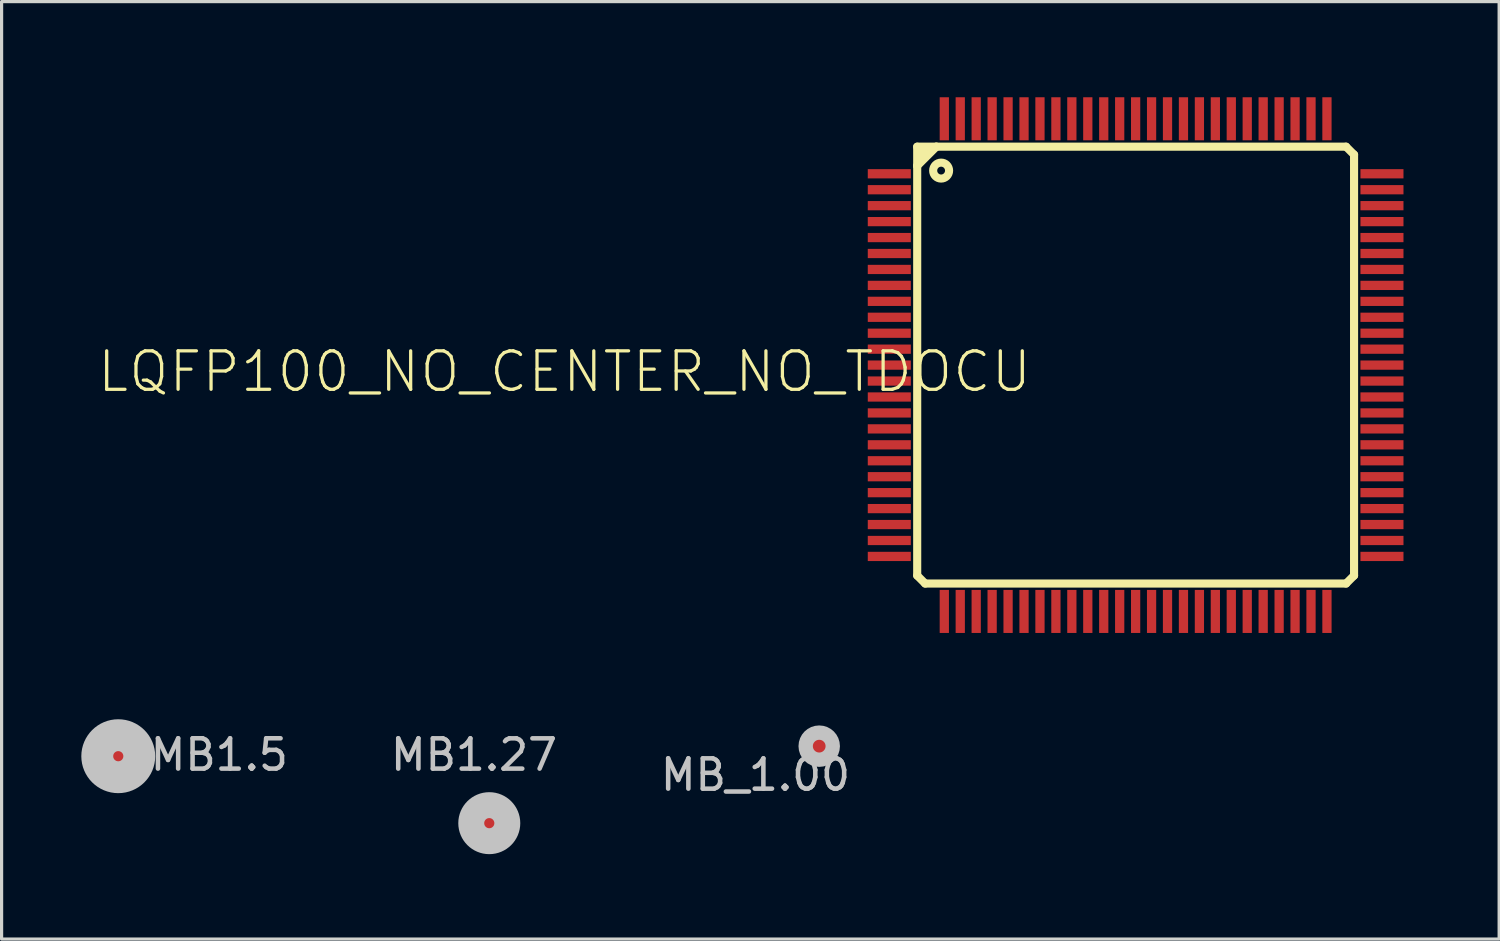
<source format=kicad_pcb>
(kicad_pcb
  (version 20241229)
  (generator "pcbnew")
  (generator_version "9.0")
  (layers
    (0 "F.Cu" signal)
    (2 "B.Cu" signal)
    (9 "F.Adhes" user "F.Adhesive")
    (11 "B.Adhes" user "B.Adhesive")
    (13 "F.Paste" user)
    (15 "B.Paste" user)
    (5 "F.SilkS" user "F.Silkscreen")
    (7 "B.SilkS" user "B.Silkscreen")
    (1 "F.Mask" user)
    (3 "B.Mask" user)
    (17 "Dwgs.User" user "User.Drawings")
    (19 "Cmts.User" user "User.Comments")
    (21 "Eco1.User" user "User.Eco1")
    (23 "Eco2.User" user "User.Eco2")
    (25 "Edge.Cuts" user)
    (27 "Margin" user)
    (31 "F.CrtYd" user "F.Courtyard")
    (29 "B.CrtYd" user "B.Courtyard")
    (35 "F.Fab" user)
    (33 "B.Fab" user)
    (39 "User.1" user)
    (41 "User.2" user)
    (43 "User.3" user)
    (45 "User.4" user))
  (footprint "MB1.5"
    (layer "F.Cu")
    (at 0.659 20.665)
    (property "Reference" "MB1.5" (at 0.925 0.512 0) (layer "Dwgs.User") (effects (font (size 0.95 0.95) (thickness 0.142)) (justify left bottom)))
    (attr through_hole)
    (fp_circle (center 0 0) (end 0.159 0) (stroke (width 1) (type solid)) (fill no) (layer "Dwgs.User"))
    (pad "1" smd roundrect (at 0 0) (size 1.25 1.25) (layers "F.Cu" "F.Mask") (roundrect_rratio 0.5)))
  (footprint "MB1.27"
    (layer "F.Cu")
    (at 12.294 22.765)
    (property "Reference" "MB1.27" (at -3.175 -1.587 0) (layer "Dwgs.User") (effects (font (size 0.95 0.95) (thickness 0.142)) (justify left bottom)))
    (attr through_hole)
    (fp_circle (center 0 0) (end 0.159 0) (stroke (width 0.813) (type solid)) (fill no) (layer "Dwgs.User"))
    (pad "1" smd roundrect (at 0 0) (size 1.27 1.27) (layers "F.Cu" "F.Mask") (roundrect_rratio 0.5)))
  (footprint "MB_1.00"
    (layer "F.Cu")
    (at 22.641 20.35)
    (property "Reference" "MB_1.00" (at -2 0.9 0) (layer "Dwgs.User") (effects (font (size 0.95 0.95) (thickness 0.142))))
    (attr through_hole)
    (fp_circle (center 0 0) (end 0.25 0) (stroke (width 0.6) (type solid)) (fill no) (layer "F.Mask"))
    (fp_circle (center 0 0) (end 0.2 0) (stroke (width 0.45) (type solid)) (fill no) (layer "Dwgs.User"))
    (pad "1" smd roundrect (at 0 0) (size 1 1) (layers "F.Cu" "F.Mask") (roundrect_rratio 0.5)))
  (footprint "LQFP100_NO_CENTER_NO_TDOCU"
    (layer "F.Cu")
    (at 32.564 8.4)
    (property "Reference" "LQFP100_NO_CENTER_NO_TDOCU" (at -3.2 -0.5 0) (layer "F.SilkS") (effects (font (size 1.206 1.206) (thickness 0.102)) (justify right top)))
    (attr through_hole)
    (fp_line (start -6.85 -6.85) (end -6.25 -6.85) (stroke (width 0.254) (type solid)) (layer "F.SilkS"))
    (fp_line (start -6.85 -6.25) (end -6.85 -6.85) (stroke (width 0.254) (type solid)) (layer "F.SilkS"))
    (fp_line (start -6.85 -6.25) (end -6.25 -6.85) (stroke (width 0.254) (type solid)) (layer "F.SilkS"))
    (fp_line (start -6.85 6.6) (end -6.85 -6.25) (stroke (width 0.254) (type solid)) (layer "F.SilkS"))
    (fp_line (start -6.65 -6.8) (end -6.65 -6.5) (stroke (width 0.254) (type solid)) (layer "F.SilkS"))
    (fp_line (start -6.6 6.85) (end -6.85 6.6) (stroke (width 0.254) (type solid)) (layer "F.SilkS"))
    (fp_line (start -6.25 -6.85) (end 6.6 -6.85) (stroke (width 0.254) (type solid)) (layer "F.SilkS"))
    (fp_line (start 6.6 -6.85) (end 6.85 -6.6) (stroke (width 0.254) (type solid)) (layer "F.SilkS"))
    (fp_line (start 6.6 6.85) (end -6.6 6.85) (stroke (width 0.254) (type solid)) (layer "F.SilkS"))
    (fp_line (start 6.85 -6.6) (end 6.85 6.6) (stroke (width 0.254) (type solid)) (layer "F.SilkS"))
    (fp_line (start 6.85 6.6) (end 6.6 6.85) (stroke (width 0.254) (type solid)) (layer "F.SilkS"))
    (fp_circle (center -6.1 -6.1) (end -5.85 -6.1) (stroke (width 0.254) (type solid)) (fill no) (layer "F.SilkS"))
    (pad "1" smd rect (at -7.725 -6) (size 1.35 0.29) (layers "F.Cu" "F.Mask" "F.Paste"))
    (pad "2" smd rect (at -7.725 -5.5) (size 1.35 0.29) (layers "F.Cu" "F.Mask" "F.Paste"))
    (pad "3" smd rect (at -7.725 -5) (size 1.35 0.29) (layers "F.Cu" "F.Mask" "F.Paste"))
    (pad "4" smd rect (at -7.725 -4.5) (size 1.35 0.29) (layers "F.Cu" "F.Mask" "F.Paste"))
    (pad "5" smd rect (at -7.725 -4) (size 1.35 0.29) (layers "F.Cu" "F.Mask" "F.Paste"))
    (pad "6" smd rect (at -7.725 -3.5) (size 1.35 0.29) (layers "F.Cu" "F.Mask" "F.Paste"))
    (pad "7" smd rect (at -7.725 -3) (size 1.35 0.29) (layers "F.Cu" "F.Mask" "F.Paste"))
    (pad "8" smd rect (at -7.725 -2.5) (size 1.35 0.29) (layers "F.Cu" "F.Mask" "F.Paste"))
    (pad "9" smd rect (at -7.725 -2) (size 1.35 0.29) (layers "F.Cu" "F.Mask" "F.Paste"))
    (pad "10" smd rect (at -7.725 -1.5) (size 1.35 0.29) (layers "F.Cu" "F.Mask" "F.Paste"))
    (pad "11" smd rect (at -7.725 -1) (size 1.35 0.29) (layers "F.Cu" "F.Mask" "F.Paste"))
    (pad "12" smd rect (at -7.725 -0.5) (size 1.35 0.29) (layers "F.Cu" "F.Mask" "F.Paste"))
    (pad "13" smd rect (at -7.725 0) (size 1.35 0.29) (layers "F.Cu" "F.Mask" "F.Paste"))
    (pad "14" smd rect (at -7.725 0.5) (size 1.35 0.29) (layers "F.Cu" "F.Mask" "F.Paste"))
    (pad "15" smd rect (at -7.725 1) (size 1.35 0.29) (layers "F.Cu" "F.Mask" "F.Paste"))
    (pad "16" smd rect (at -7.725 1.5) (size 1.35 0.29) (layers "F.Cu" "F.Mask" "F.Paste"))
    (pad "17" smd rect (at -7.725 2) (size 1.35 0.29) (layers "F.Cu" "F.Mask" "F.Paste"))
    (pad "18" smd rect (at -7.725 2.5) (size 1.35 0.29) (layers "F.Cu" "F.Mask" "F.Paste"))
    (pad "19" smd rect (at -7.725 3) (size 1.35 0.29) (layers "F.Cu" "F.Mask" "F.Paste"))
    (pad "20" smd rect (at -7.725 3.5) (size 1.35 0.29) (layers "F.Cu" "F.Mask" "F.Paste"))
    (pad "21" smd rect (at -7.725 4) (size 1.35 0.29) (layers "F.Cu" "F.Mask" "F.Paste"))
    (pad "22" smd rect (at -7.725 4.5) (size 1.35 0.29) (layers "F.Cu" "F.Mask" "F.Paste"))
    (pad "23" smd rect (at -7.725 5) (size 1.35 0.29) (layers "F.Cu" "F.Mask" "F.Paste"))
    (pad "24" smd rect (at -7.725 5.5) (size 1.35 0.29) (layers "F.Cu" "F.Mask" "F.Paste"))
    (pad "25" smd rect (at -7.725 6) (size 1.35 0.29) (layers "F.Cu" "F.Mask" "F.Paste"))
    (pad "26" smd rect (at -6 7.725 90) (size 1.35 0.29) (layers "F.Cu" "F.Mask" "F.Paste"))
    (pad "27" smd rect (at -5.5 7.725 90) (size 1.35 0.29) (layers "F.Cu" "F.Mask" "F.Paste"))
    (pad "28" smd rect (at -5 7.725 90) (size 1.35 0.29) (layers "F.Cu" "F.Mask" "F.Paste"))
    (pad "29" smd rect (at -4.5 7.725 90) (size 1.35 0.29) (layers "F.Cu" "F.Mask" "F.Paste"))
    (pad "30" smd rect (at -4 7.725 90) (size 1.35 0.29) (layers "F.Cu" "F.Mask" "F.Paste"))
    (pad "31" smd rect (at -3.5 7.725 90) (size 1.35 0.29) (layers "F.Cu" "F.Mask" "F.Paste"))
    (pad "32" smd rect (at -3 7.725 90) (size 1.35 0.29) (layers "F.Cu" "F.Mask" "F.Paste"))
    (pad "33" smd rect (at -2.5 7.725 90) (size 1.35 0.29) (layers "F.Cu" "F.Mask" "F.Paste"))
    (pad "34" smd rect (at -2 7.725 90) (size 1.35 0.29) (layers "F.Cu" "F.Mask" "F.Paste"))
    (pad "35" smd rect (at -1.5 7.725 90) (size 1.35 0.29) (layers "F.Cu" "F.Mask" "F.Paste"))
    (pad "36" smd rect (at -1 7.725 90) (size 1.35 0.29) (layers "F.Cu" "F.Mask" "F.Paste"))
    (pad "37" smd rect (at -0.5 7.725 90) (size 1.35 0.29) (layers "F.Cu" "F.Mask" "F.Paste"))
    (pad "38" smd rect (at 0 7.725 90) (size 1.35 0.29) (layers "F.Cu" "F.Mask" "F.Paste"))
    (pad "39" smd rect (at 0.5 7.725 90) (size 1.35 0.29) (layers "F.Cu" "F.Mask" "F.Paste"))
    (pad "40" smd rect (at 1 7.725 90) (size 1.35 0.29) (layers "F.Cu" "F.Mask" "F.Paste"))
    (pad "41" smd rect (at 1.5 7.725 90) (size 1.35 0.29) (layers "F.Cu" "F.Mask" "F.Paste"))
    (pad "42" smd rect (at 2 7.725 90) (size 1.35 0.29) (layers "F.Cu" "F.Mask" "F.Paste"))
    (pad "43" smd rect (at 2.5 7.725 90) (size 1.35 0.29) (layers "F.Cu" "F.Mask" "F.Paste"))
    (pad "44" smd rect (at 3 7.725 90) (size 1.35 0.29) (layers "F.Cu" "F.Mask" "F.Paste"))
    (pad "45" smd rect (at 3.5 7.725 90) (size 1.35 0.29) (layers "F.Cu" "F.Mask" "F.Paste"))
    (pad "46" smd rect (at 4 7.725 90) (size 1.35 0.29) (layers "F.Cu" "F.Mask" "F.Paste"))
    (pad "47" smd rect (at 4.5 7.725 90) (size 1.35 0.29) (layers "F.Cu" "F.Mask" "F.Paste"))
    (pad "48" smd rect (at 5 7.725 90) (size 1.35 0.29) (layers "F.Cu" "F.Mask" "F.Paste"))
    (pad "49" smd rect (at 5.5 7.725 90) (size 1.35 0.29) (layers "F.Cu" "F.Mask" "F.Paste"))
    (pad "50" smd rect (at 6 7.725 90) (size 1.35 0.29) (layers "F.Cu" "F.Mask" "F.Paste"))
    (pad "51" smd rect (at 7.725 6 180) (size 1.35 0.29) (layers "F.Cu" "F.Mask" "F.Paste"))
    (pad "52" smd rect (at 7.725 5.5 180) (size 1.35 0.29) (layers "F.Cu" "F.Mask" "F.Paste"))
    (pad "53" smd rect (at 7.725 5 180) (size 1.35 0.29) (layers "F.Cu" "F.Mask" "F.Paste"))
    (pad "54" smd rect (at 7.725 4.5 180) (size 1.35 0.29) (layers "F.Cu" "F.Mask" "F.Paste"))
    (pad "55" smd rect (at 7.725 4 180) (size 1.35 0.29) (layers "F.Cu" "F.Mask" "F.Paste"))
    (pad "56" smd rect (at 7.725 3.5 180) (size 1.35 0.29) (layers "F.Cu" "F.Mask" "F.Paste"))
    (pad "57" smd rect (at 7.725 3 180) (size 1.35 0.29) (layers "F.Cu" "F.Mask" "F.Paste"))
    (pad "58" smd rect (at 7.725 2.5 180) (size 1.35 0.29) (layers "F.Cu" "F.Mask" "F.Paste"))
    (pad "59" smd rect (at 7.725 2 180) (size 1.35 0.29) (layers "F.Cu" "F.Mask" "F.Paste"))
    (pad "60" smd rect (at 7.725 1.5 180) (size 1.35 0.29) (layers "F.Cu" "F.Mask" "F.Paste"))
    (pad "61" smd rect (at 7.725 1 180) (size 1.35 0.29) (layers "F.Cu" "F.Mask" "F.Paste"))
    (pad "62" smd rect (at 7.725 0.5 180) (size 1.35 0.29) (layers "F.Cu" "F.Mask" "F.Paste"))
    (pad "63" smd rect (at 7.725 0 180) (size 1.35 0.29) (layers "F.Cu" "F.Mask" "F.Paste"))
    (pad "64" smd rect (at 7.725 -0.5 180) (size 1.35 0.29) (layers "F.Cu" "F.Mask" "F.Paste"))
    (pad "65" smd rect (at 7.725 -1 180) (size 1.35 0.29) (layers "F.Cu" "F.Mask" "F.Paste"))
    (pad "66" smd rect (at 7.725 -1.5 180) (size 1.35 0.29) (layers "F.Cu" "F.Mask" "F.Paste"))
    (pad "67" smd rect (at 7.725 -2 180) (size 1.35 0.29) (layers "F.Cu" "F.Mask" "F.Paste"))
    (pad "68" smd rect (at 7.725 -2.5 180) (size 1.35 0.29) (layers "F.Cu" "F.Mask" "F.Paste"))
    (pad "69" smd rect (at 7.725 -3 180) (size 1.35 0.29) (layers "F.Cu" "F.Mask" "F.Paste"))
    (pad "70" smd rect (at 7.725 -3.5 180) (size 1.35 0.29) (layers "F.Cu" "F.Mask" "F.Paste"))
    (pad "71" smd rect (at 7.725 -4 180) (size 1.35 0.29) (layers "F.Cu" "F.Mask" "F.Paste"))
    (pad "72" smd rect (at 7.725 -4.5 180) (size 1.35 0.29) (layers "F.Cu" "F.Mask" "F.Paste"))
    (pad "73" smd rect (at 7.725 -5 180) (size 1.35 0.29) (layers "F.Cu" "F.Mask" "F.Paste"))
    (pad "74" smd rect (at 7.725 -5.5 180) (size 1.35 0.29) (layers "F.Cu" "F.Mask" "F.Paste"))
    (pad "75" smd rect (at 7.725 -6 180) (size 1.35 0.29) (layers "F.Cu" "F.Mask" "F.Paste"))
    (pad "76" smd rect (at 6 -7.725 270) (size 1.35 0.29) (layers "F.Cu" "F.Mask" "F.Paste"))
    (pad "77" smd rect (at 5.5 -7.725 270) (size 1.35 0.29) (layers "F.Cu" "F.Mask" "F.Paste"))
    (pad "78" smd rect (at 5 -7.725 270) (size 1.35 0.29) (layers "F.Cu" "F.Mask" "F.Paste"))
    (pad "79" smd rect (at 4.5 -7.725 270) (size 1.35 0.29) (layers "F.Cu" "F.Mask" "F.Paste"))
    (pad "80" smd rect (at 4 -7.725 270) (size 1.35 0.29) (layers "F.Cu" "F.Mask" "F.Paste"))
    (pad "81" smd rect (at 3.5 -7.725 270) (size 1.35 0.29) (layers "F.Cu" "F.Mask" "F.Paste"))
    (pad "82" smd rect (at 3 -7.725 270) (size 1.35 0.29) (layers "F.Cu" "F.Mask" "F.Paste"))
    (pad "83" smd rect (at 2.5 -7.725 270) (size 1.35 0.29) (layers "F.Cu" "F.Mask" "F.Paste"))
    (pad "84" smd rect (at 2 -7.725 270) (size 1.35 0.29) (layers "F.Cu" "F.Mask" "F.Paste"))
    (pad "85" smd rect (at 1.5 -7.725 270) (size 1.35 0.29) (layers "F.Cu" "F.Mask" "F.Paste"))
    (pad "86" smd rect (at 1 -7.725 270) (size 1.35 0.29) (layers "F.Cu" "F.Mask" "F.Paste"))
    (pad "87" smd rect (at 0.5 -7.725 270) (size 1.35 0.29) (layers "F.Cu" "F.Mask" "F.Paste"))
    (pad "88" smd rect (at 0 -7.725 270) (size 1.35 0.29) (layers "F.Cu" "F.Mask" "F.Paste"))
    (pad "89" smd rect (at -0.5 -7.725 270) (size 1.35 0.29) (layers "F.Cu" "F.Mask" "F.Paste"))
    (pad "90" smd rect (at -1 -7.725 270) (size 1.35 0.29) (layers "F.Cu" "F.Mask" "F.Paste"))
    (pad "91" smd rect (at -1.5 -7.725 270) (size 1.35 0.29) (layers "F.Cu" "F.Mask" "F.Paste"))
    (pad "92" smd rect (at -2 -7.725 270) (size 1.35 0.29) (layers "F.Cu" "F.Mask" "F.Paste"))
    (pad "93" smd rect (at -2.5 -7.725 270) (size 1.35 0.29) (layers "F.Cu" "F.Mask" "F.Paste"))
    (pad "94" smd rect (at -3 -7.725 270) (size 1.35 0.29) (layers "F.Cu" "F.Mask" "F.Paste"))
    (pad "95" smd rect (at -3.5 -7.725 270) (size 1.35 0.29) (layers "F.Cu" "F.Mask" "F.Paste"))
    (pad "96" smd rect (at -4 -7.725 270) (size 1.35 0.29) (layers "F.Cu" "F.Mask" "F.Paste"))
    (pad "97" smd rect (at -4.5 -7.725 270) (size 1.35 0.29) (layers "F.Cu" "F.Mask" "F.Paste"))
    (pad "98" smd rect (at -5 -7.725 270) (size 1.35 0.29) (layers "F.Cu" "F.Mask" "F.Paste"))
    (pad "99" smd rect (at -5.5 -7.725 270) (size 1.35 0.29) (layers "F.Cu" "F.Mask" "F.Paste"))
    (pad "100" smd rect (at -6 -7.725 270) (size 1.35 0.29) (layers "F.Cu" "F.Mask" "F.Paste")))
  (gr_rect
    (start -3 -3)
    (end 43.964 26.4)
    (stroke (width 0.1) (type default))
    (fill no)
    (layer "Edge.Cuts")))
</source>
